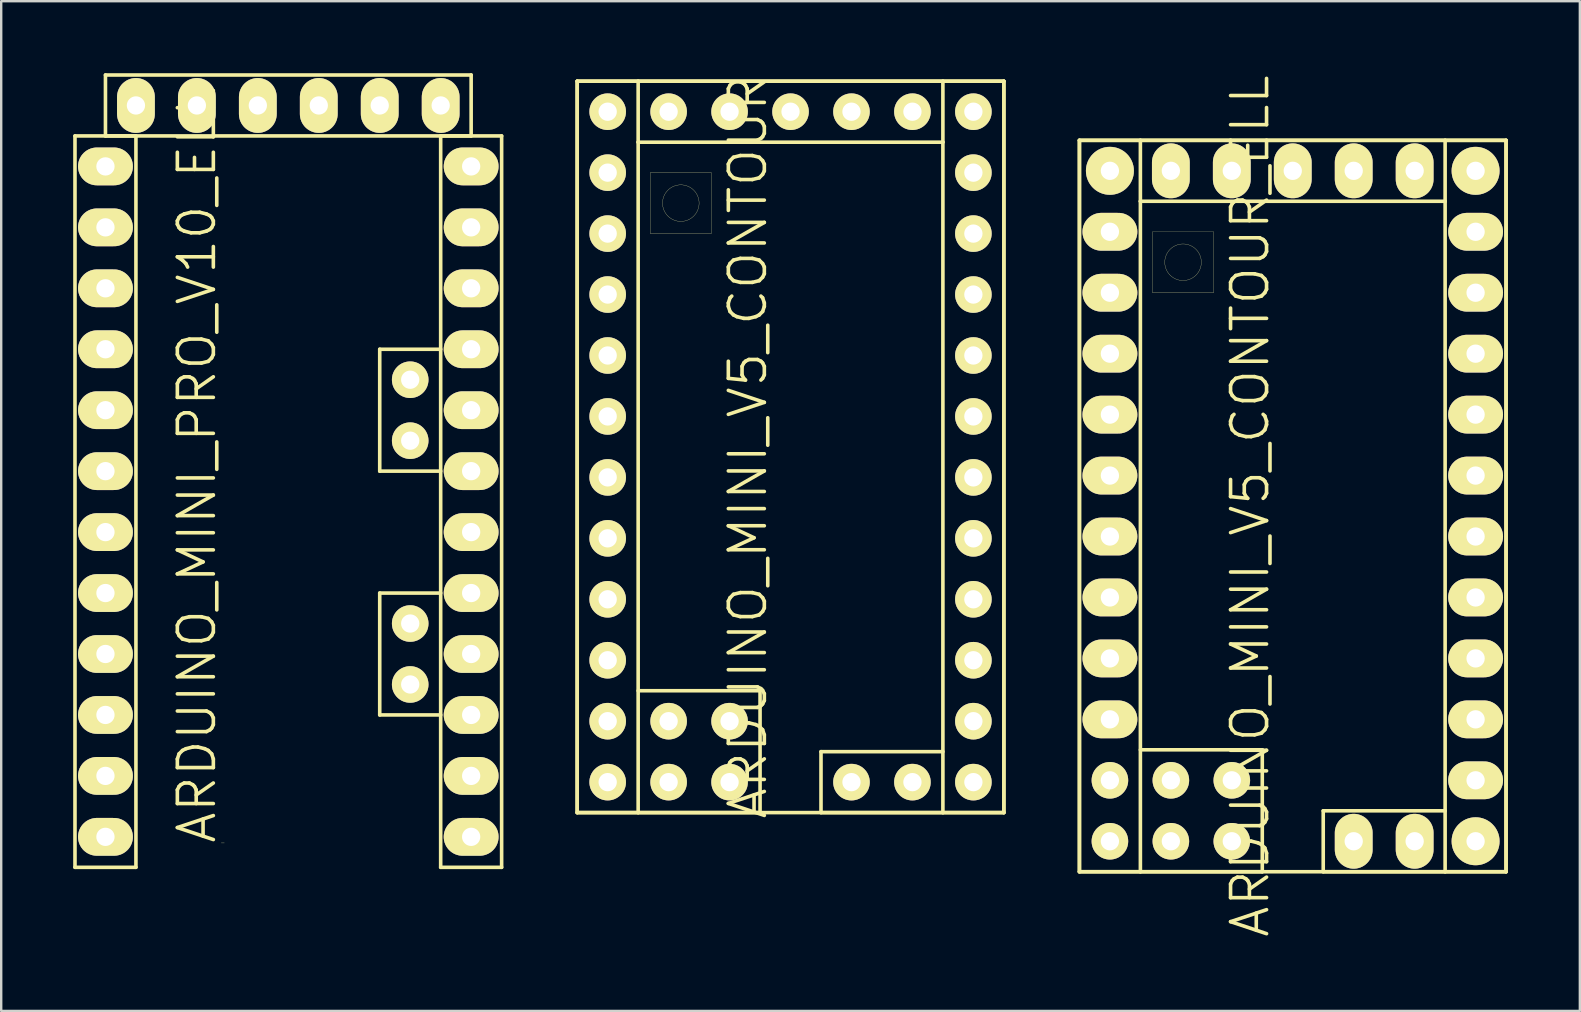
<source format=kicad_pcb>
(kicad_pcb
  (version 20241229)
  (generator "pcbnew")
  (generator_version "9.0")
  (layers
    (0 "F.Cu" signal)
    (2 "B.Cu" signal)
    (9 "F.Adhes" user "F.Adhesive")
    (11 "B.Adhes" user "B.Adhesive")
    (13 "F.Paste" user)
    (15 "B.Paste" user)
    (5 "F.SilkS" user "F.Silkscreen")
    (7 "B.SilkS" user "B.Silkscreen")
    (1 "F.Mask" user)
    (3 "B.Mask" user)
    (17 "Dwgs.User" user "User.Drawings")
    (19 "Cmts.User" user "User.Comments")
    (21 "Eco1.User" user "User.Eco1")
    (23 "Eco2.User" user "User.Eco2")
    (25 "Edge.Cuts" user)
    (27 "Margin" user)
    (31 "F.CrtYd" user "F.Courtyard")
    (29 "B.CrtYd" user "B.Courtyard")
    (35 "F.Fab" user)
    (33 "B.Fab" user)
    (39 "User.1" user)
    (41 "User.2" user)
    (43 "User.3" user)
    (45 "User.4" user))
  (footprint "ARDUINO_MINI_V5_CONTOUR_ELL"
    (layer "F.Cu")
    (at 50.825 18.039)
    (property "Reference" "ARDUINO_MINI_V5_CONTOUR_ELL" (at -1.778 0 90) (layer "F.SilkS") (effects (font (size 1.5 1.5) (thickness 0.15))))
    (attr through_hole)
    (fp_line (start -8.89 -15.24) (end -8.89 15.24) (stroke (width 0.15) (type solid)) (layer "F.SilkS"))
    (fp_line (start -8.89 -15.24) (end -6.35 -15.24) (stroke (width 0.15) (type solid)) (layer "F.SilkS"))
    (fp_line (start -8.89 15.24) (end -8.89 -15.24) (stroke (width 0.15) (type solid)) (layer "F.SilkS"))
    (fp_line (start -8.89 15.24) (end 8.89 15.24) (stroke (width 0.15) (type solid)) (layer "F.SilkS"))
    (fp_line (start -6.35 -15.24) (end -6.35 -12.7) (stroke (width 0.15) (type solid)) (layer "F.SilkS"))
    (fp_line (start -6.35 -15.24) (end 6.35 -15.24) (stroke (width 0.15) (type solid)) (layer "F.SilkS"))
    (fp_line (start -6.35 -12.7) (end -6.35 15.24) (stroke (width 0.15) (type solid)) (layer "F.SilkS"))
    (fp_line (start -6.35 10.16) (end -1.27 10.16) (stroke (width 0.15) (type solid)) (layer "F.SilkS"))
    (fp_line (start -6.35 15.24) (end -8.89 15.24) (stroke (width 0.15) (type solid)) (layer "F.SilkS"))
    (fp_line (start -5.842 -11.43) (end -3.302 -11.43) (stroke (width 0.01) (type solid)) (layer "F.SilkS"))
    (fp_line (start -5.842 -8.89) (end -5.842 -11.43) (stroke (width 0.01) (type solid)) (layer "F.SilkS"))
    (fp_line (start -3.302 -11.43) (end -3.302 -8.89) (stroke (width 0.01) (type solid)) (layer "F.SilkS"))
    (fp_line (start -3.302 -8.89) (end -5.842 -8.89) (stroke (width 0.01) (type solid)) (layer "F.SilkS"))
    (fp_line (start -1.27 10.16) (end -1.27 15.24) (stroke (width 0.15) (type solid)) (layer "F.SilkS"))
    (fp_line (start -1.27 15.24) (end -6.35 15.24) (stroke (width 0.15) (type solid)) (layer "F.SilkS"))
    (fp_line (start 1.27 12.7) (end 1.27 15.24) (stroke (width 0.15) (type solid)) (layer "F.SilkS"))
    (fp_line (start 1.27 15.24) (end 6.35 15.24) (stroke (width 0.15) (type solid)) (layer "F.SilkS"))
    (fp_line (start 6.35 -15.24) (end 6.35 -12.7) (stroke (width 0.15) (type solid)) (layer "F.SilkS"))
    (fp_line (start 6.35 -15.24) (end 8.89 -15.24) (stroke (width 0.15) (type solid)) (layer "F.SilkS"))
    (fp_line (start 6.35 -12.7) (end -6.35 -12.7) (stroke (width 0.15) (type solid)) (layer "F.SilkS"))
    (fp_line (start 6.35 12.7) (end 1.27 12.7) (stroke (width 0.15) (type solid)) (layer "F.SilkS"))
    (fp_line (start 6.35 15.24) (end 6.35 -12.7) (stroke (width 0.15) (type solid)) (layer "F.SilkS"))
    (fp_line (start 8.89 -15.24) (end -8.89 -15.24) (stroke (width 0.15) (type solid)) (layer "F.SilkS"))
    (fp_line (start 8.89 -15.24) (end 8.89 15.24) (stroke (width 0.15) (type solid)) (layer "F.SilkS"))
    (fp_line (start 8.89 15.24) (end 6.35 15.24) (stroke (width 0.15) (type solid)) (layer "F.SilkS"))
    (fp_line (start 8.89 15.24) (end 8.89 -15.24) (stroke (width 0.15) (type solid)) (layer "F.SilkS"))
    (fp_circle (center -4.572 -10.16) (end -3.81 -10.16) (stroke (width 0.01) (type solid)) (fill no) (layer "F.SilkS"))
    (pad "2" thru_hole oval (at -7.62 -3.81) (size 2.286 1.575) (drill 0.762) (layers "*.Cu" "*.Mask" "F.SilkS"))
    (pad "3" thru_hole oval (at -7.62 -1.27) (size 2.286 1.575) (drill 0.762) (layers "*.Cu" "*.Mask" "F.SilkS"))
    (pad "4" thru_hole oval (at -7.62 1.27) (size 2.286 1.575) (drill 0.762) (layers "*.Cu" "*.Mask" "F.SilkS"))
    (pad "5" thru_hole oval (at -7.62 3.81) (size 2.286 1.575) (drill 0.762) (layers "*.Cu" "*.Mask" "F.SilkS"))
    (pad "5V/1" thru_hole oval (at 2.54 -13.97) (size 1.575 2.286) (drill 0.762) (layers "*.Cu" "*.Mask" "F.SilkS"))
    (pad "5V/2" thru_hole oval (at 2.54 13.97) (size 1.575 2.286) (drill 0.762) (layers "*.Cu" "*.Mask" "F.SilkS"))
    (pad "5V/3" thru_hole oval (at 7.62 -6.35) (size 2.286 1.575) (drill 0.762) (layers "*.Cu" "*.Mask" "F.SilkS"))
    (pad "6" thru_hole oval (at -7.62 6.35) (size 2.286 1.575) (drill 0.762) (layers "*.Cu" "*.Mask" "F.SilkS"))
    (pad "7" thru_hole oval (at -7.62 8.89) (size 2.286 1.575) (drill 0.762) (layers "*.Cu" "*.Mask" "F.SilkS"))
    (pad "8" thru_hole circle (at -7.62 11.43) (size 1.524 1.524) (drill 0.762) (layers "*.Cu" "*.Mask" "F.SilkS"))
    (pad "9" thru_hole circle (at -7.62 13.97) (size 1.524 1.524) (drill 0.762) (layers "*.Cu" "*.Mask" "F.SilkS"))
    (pad "9V" thru_hole circle (at 7.62 -13.97) (size 1.999 1.999) (drill 0.762) (layers "*.Cu" "*.Mask" "F.SilkS"))
    (pad "10" thru_hole circle (at 7.62 13.97) (size 1.999 1.999) (drill 0.762) (layers "*.Cu" "*.Mask" "F.SilkS"))
    (pad "11" thru_hole oval (at 7.62 11.43) (size 2.286 1.575) (drill 0.762) (layers "*.Cu" "*.Mask" "F.SilkS"))
    (pad "12" thru_hole oval (at 7.62 8.89) (size 2.286 1.575) (drill 0.762) (layers "*.Cu" "*.Mask" "F.SilkS"))
    (pad "13" thru_hole oval (at 7.62 6.35) (size 2.286 1.575) (drill 0.762) (layers "*.Cu" "*.Mask" "F.SilkS"))
    (pad "A0" thru_hole oval (at 7.62 3.81) (size 2.286 1.575) (drill 0.762) (layers "*.Cu" "*.Mask" "F.SilkS"))
    (pad "A1" thru_hole oval (at 7.62 1.27) (size 2.286 1.575) (drill 0.762) (layers "*.Cu" "*.Mask" "F.SilkS"))
    (pad "A2" thru_hole oval (at 7.62 -1.27) (size 2.286 1.575) (drill 0.762) (layers "*.Cu" "*.Mask" "F.SilkS"))
    (pad "A3" thru_hole oval (at 7.62 -3.81) (size 2.286 1.575) (drill 0.762) (layers "*.Cu" "*.Mask" "F.SilkS"))
    (pad "A4" thru_hole circle (at -5.08 13.97) (size 1.524 1.524) (drill 0.762) (layers "*.Cu" "*.Mask" "F.SilkS"))
    (pad "A5" thru_hole circle (at -2.54 13.97) (size 1.524 1.524) (drill 0.762) (layers "*.Cu" "*.Mask" "F.SilkS"))
    (pad "A6" thru_hole circle (at -5.08 11.43) (size 1.524 1.524) (drill 0.762) (layers "*.Cu" "*.Mask" "F.SilkS"))
    (pad "A7" thru_hole circle (at -2.54 11.43) (size 1.524 1.524) (drill 0.762) (layers "*.Cu" "*.Mask" "F.SilkS"))
    (pad "GND1" thru_hole oval (at 5.08 -13.97) (size 1.575 2.286) (drill 0.762) (layers "*.Cu" "*.Mask" "F.SilkS"))
    (pad "GND2" thru_hole oval (at -7.62 -6.35) (size 2.286 1.575) (drill 0.762) (layers "*.Cu" "*.Mask" "F.SilkS"))
    (pad "GND3" thru_hole oval (at 5.08 13.97) (size 1.575 2.286) (drill 0.762) (layers "*.Cu" "*.Mask" "F.SilkS"))
    (pad "GND4" thru_hole oval (at 7.62 -11.43) (size 2.286 1.575) (drill 0.762) (layers "*.Cu" "*.Mask" "F.SilkS"))
    (pad "IO7" thru_hole oval (at -5.08 -13.97) (size 1.575 2.286) (drill 0.762) (layers "*.Cu" "*.Mask" "F.SilkS"))
    (pad "RST1" thru_hole oval (at -7.62 -8.89) (size 2.286 1.575) (drill 0.762) (layers "*.Cu" "*.Mask" "F.SilkS"))
    (pad "RST2" thru_hole oval (at 7.62 -8.89) (size 2.286 1.575) (drill 0.762) (layers "*.Cu" "*.Mask" "F.SilkS"))
    (pad "RX/1" thru_hole oval (at 0 -13.97) (size 1.575 2.286) (drill 0.762) (layers "*.Cu" "*.Mask" "F.SilkS"))
    (pad "RX/2" thru_hole oval (at -7.62 -11.43) (size 2.286 1.575) (drill 0.762) (layers "*.Cu" "*.Mask" "F.SilkS"))
    (pad "TX/1" thru_hole oval (at -2.54 -13.97) (size 1.575 2.286) (drill 0.762) (layers "*.Cu" "*.Mask" "F.SilkS"))
    (pad "TX/2" thru_hole circle (at -7.62 -13.97) (size 1.999 1.999) (drill 0.762) (layers "*.Cu" "*.Mask" "F.SilkS")))
  (footprint "ARDUINO_MINI_PRO_V10_ELL"
    (layer "F.Cu")
    (at 8.965 16.585)
    (property "Reference" "ARDUINO_MINI_PRO_V10_ELL" (at -3.81 -0.254 90) (layer "F.SilkS") (effects (font (size 1.5 1.5) (thickness 0.15))))
    (attr through_hole)
    (fp_line (start -8.89 -13.97) (end -6.35 -13.97) (stroke (width 0.15) (type solid)) (layer "F.SilkS"))
    (fp_line (start -8.89 16.51) (end -8.89 -13.97) (stroke (width 0.15) (type solid)) (layer "F.SilkS"))
    (fp_line (start -7.62 -16.51) (end 7.62 -16.51) (stroke (width 0.15) (type solid)) (layer "F.SilkS"))
    (fp_line (start -7.62 -13.97) (end -7.62 -16.51) (stroke (width 0.15) (type solid)) (layer "F.SilkS"))
    (fp_line (start -6.35 -13.97) (end -6.35 16.51) (stroke (width 0.15) (type solid)) (layer "F.SilkS"))
    (fp_line (start -6.35 16.51) (end -8.89 16.51) (stroke (width 0.15) (type solid)) (layer "F.SilkS"))
    (fp_line (start -2.667 15.494) (end -2.794 15.494) (stroke (width 0.01) (type solid)) (layer "F.SilkS"))
    (fp_line (start 3.81 -5.08) (end 3.81 0) (stroke (width 0.15) (type solid)) (layer "F.SilkS"))
    (fp_line (start 3.81 0) (end 6.35 0) (stroke (width 0.15) (type solid)) (layer "F.SilkS"))
    (fp_line (start 3.81 5.08) (end 3.81 10.16) (stroke (width 0.15) (type solid)) (layer "F.SilkS"))
    (fp_line (start 3.81 10.16) (end 6.35 10.16) (stroke (width 0.15) (type solid)) (layer "F.SilkS"))
    (fp_line (start 6.35 -13.97) (end 6.35 16.51) (stroke (width 0.15) (type solid)) (layer "F.SilkS"))
    (fp_line (start 6.35 -5.08) (end 3.81 -5.08) (stroke (width 0.15) (type solid)) (layer "F.SilkS"))
    (fp_line (start 6.35 5.08) (end 3.81 5.08) (stroke (width 0.15) (type solid)) (layer "F.SilkS"))
    (fp_line (start 6.35 16.51) (end 8.89 16.51) (stroke (width 0.15) (type solid)) (layer "F.SilkS"))
    (fp_line (start 7.62 -16.51) (end 7.62 -13.97) (stroke (width 0.15) (type solid)) (layer "F.SilkS"))
    (fp_line (start 7.62 -13.97) (end -7.62 -13.97) (stroke (width 0.15) (type solid)) (layer "F.SilkS"))
    (fp_line (start 8.89 -13.97) (end 6.35 -13.97) (stroke (width 0.15) (type solid)) (layer "F.SilkS"))
    (fp_line (start 8.89 16.51) (end 8.89 -13.97) (stroke (width 0.15) (type solid)) (layer "F.SilkS"))
    (pad "2" thru_hole oval (at -7.62 -2.54) (size 2.286 1.575) (drill 0.762) (layers "*.Cu" "*.Mask" "F.SilkS"))
    (pad "3" thru_hole oval (at -7.62 0) (size 2.286 1.575) (drill 0.762) (layers "*.Cu" "*.Mask" "F.SilkS"))
    (pad "4" thru_hole oval (at -7.62 2.54) (size 2.286 1.575) (drill 0.762) (layers "*.Cu" "*.Mask" "F.SilkS"))
    (pad "5" thru_hole oval (at -7.62 5.08) (size 2.286 1.575) (drill 0.762) (layers "*.Cu" "*.Mask" "F.SilkS"))
    (pad "6" thru_hole oval (at -7.62 7.62) (size 2.286 1.575) (drill 0.762) (layers "*.Cu" "*.Mask" "F.SilkS"))
    (pad "7" thru_hole oval (at -7.62 10.16) (size 2.286 1.575) (drill 0.762) (layers "*.Cu" "*.Mask" "F.SilkS"))
    (pad "8" thru_hole oval (at -7.62 12.7) (size 2.286 1.575) (drill 0.762) (layers "*.Cu" "*.Mask" "F.SilkS"))
    (pad "9" thru_hole oval (at -7.62 15.24) (size 2.286 1.575) (drill 0.762) (layers "*.Cu" "*.Mask" "F.SilkS"))
    (pad "10" thru_hole oval (at 7.62 15.24) (size 2.286 1.575) (drill 0.762) (layers "*.Cu" "*.Mask" "F.SilkS"))
    (pad "11" thru_hole oval (at 7.62 12.7) (size 2.286 1.575) (drill 0.762) (layers "*.Cu" "*.Mask" "F.SilkS"))
    (pad "12" thru_hole oval (at 7.62 10.16) (size 2.286 1.575) (drill 0.762) (layers "*.Cu" "*.Mask" "F.SilkS"))
    (pad "13" thru_hole oval (at 7.62 7.62) (size 2.286 1.575) (drill 0.762) (layers "*.Cu" "*.Mask" "F.SilkS"))
    (pad "A0" thru_hole oval (at 7.62 5.08) (size 2.286 1.575) (drill 0.762) (layers "*.Cu" "*.Mask" "F.SilkS"))
    (pad "A1" thru_hole oval (at 7.62 2.54) (size 2.286 1.575) (drill 0.762) (layers "*.Cu" "*.Mask" "F.SilkS"))
    (pad "A2" thru_hole oval (at 7.62 0) (size 2.286 1.575) (drill 0.762) (layers "*.Cu" "*.Mask" "F.SilkS"))
    (pad "A3" thru_hole oval (at 7.62 -2.54) (size 2.286 1.575) (drill 0.762) (layers "*.Cu" "*.Mask" "F.SilkS"))
    (pad "A4" thru_hole circle (at 5.08 -1.27) (size 1.524 1.524) (drill 0.762) (layers "*.Cu" "*.Mask" "F.SilkS"))
    (pad "A5" thru_hole circle (at 5.08 -3.81) (size 1.524 1.524) (drill 0.762) (layers "*.Cu" "*.Mask" "F.SilkS"))
    (pad "A6" thru_hole circle (at 5.08 8.89) (size 1.524 1.524) (drill 0.762) (layers "*.Cu" "*.Mask" "F.SilkS"))
    (pad "A7" thru_hole circle (at 5.08 6.35) (size 1.524 1.524) (drill 0.762) (layers "*.Cu" "*.Mask" "F.SilkS"))
    (pad "BLK" thru_hole oval (at 6.35 -15.24) (size 1.575 2.286) (drill 0.762) (layers "*.Cu" "*.Mask" "F.SilkS"))
    (pad "GND1" thru_hole oval (at 3.81 -15.24) (size 1.575 2.286) (drill 0.762) (layers "*.Cu" "*.Mask" "F.SilkS"))
    (pad "GND2" thru_hole oval (at -7.62 -5.08) (size 2.286 1.575) (drill 0.762) (layers "*.Cu" "*.Mask" "F.SilkS"))
    (pad "GND3" thru_hole oval (at 7.62 -10.16) (size 2.286 1.575) (drill 0.762) (layers "*.Cu" "*.Mask" "F.SilkS"))
    (pad "GRN" thru_hole oval (at -6.35 -15.24) (size 1.575 2.286) (drill 0.762) (layers "*.Cu" "*.Mask" "F.SilkS"))
    (pad "RAW" thru_hole oval (at 7.62 -12.7) (size 2.286 1.575) (drill 0.762) (layers "*.Cu" "*.Mask" "F.SilkS"))
    (pad "RST1" thru_hole oval (at -7.62 -7.62) (size 2.286 1.575) (drill 0.762) (layers "*.Cu" "*.Mask" "F.SilkS"))
    (pad "RST2" thru_hole oval (at 7.62 -7.62) (size 2.286 1.575) (drill 0.762) (layers "*.Cu" "*.Mask" "F.SilkS"))
    (pad "RX/1" thru_hole oval (at -1.27 -15.24) (size 1.575 2.286) (drill 0.762) (layers "*.Cu" "*.Mask" "F.SilkS"))
    (pad "RX/2" thru_hole oval (at -7.62 -10.16) (size 2.286 1.575) (drill 0.762) (layers "*.Cu" "*.Mask" "F.SilkS"))
    (pad "TX/1" thru_hole oval (at -3.81 -15.24) (size 1.575 2.286) (drill 0.762) (layers "*.Cu" "*.Mask" "F.SilkS"))
    (pad "TX/2" thru_hole oval (at -7.62 -12.7) (size 2.286 1.575) (drill 0.762) (layers "*.Cu" "*.Mask" "F.SilkS"))
    (pad "VCC1" thru_hole oval (at 1.27 -15.24) (size 1.575 2.286) (drill 0.762) (layers "*.Cu" "*.Mask" "F.SilkS"))
    (pad "VCC2" thru_hole oval (at 7.62 -5.08) (size 2.286 1.575) (drill 0.762) (layers "*.Cu" "*.Mask" "F.SilkS")))
  (footprint "ARDUINO_MINI_V5_CONTOUR"
    (layer "F.Cu")
    (at 29.895 15.575)
    (property "Reference" "ARDUINO_MINI_V5_CONTOUR" (at -1.778 0 90) (layer "F.SilkS") (effects (font (size 1.5 1.5) (thickness 0.15))))
    (attr through_hole)
    (fp_line (start -8.89 -15.24) (end -8.89 15.24) (stroke (width 0.15) (type solid)) (layer "F.SilkS"))
    (fp_line (start -8.89 -15.24) (end -6.35 -15.24) (stroke (width 0.15) (type solid)) (layer "F.SilkS"))
    (fp_line (start -8.89 15.24) (end -8.89 -15.24) (stroke (width 0.15) (type solid)) (layer "F.SilkS"))
    (fp_line (start -8.89 15.24) (end 8.89 15.24) (stroke (width 0.15) (type solid)) (layer "F.SilkS"))
    (fp_line (start -6.35 -15.24) (end -6.35 -12.7) (stroke (width 0.15) (type solid)) (layer "F.SilkS"))
    (fp_line (start -6.35 -15.24) (end 6.35 -15.24) (stroke (width 0.15) (type solid)) (layer "F.SilkS"))
    (fp_line (start -6.35 -12.7) (end -6.35 15.24) (stroke (width 0.15) (type solid)) (layer "F.SilkS"))
    (fp_line (start -6.35 10.16) (end -1.27 10.16) (stroke (width 0.15) (type solid)) (layer "F.SilkS"))
    (fp_line (start -6.35 15.24) (end -8.89 15.24) (stroke (width 0.15) (type solid)) (layer "F.SilkS"))
    (fp_line (start -5.842 -11.43) (end -3.302 -11.43) (stroke (width 0.01) (type solid)) (layer "F.SilkS"))
    (fp_line (start -5.842 -8.89) (end -5.842 -11.43) (stroke (width 0.01) (type solid)) (layer "F.SilkS"))
    (fp_line (start -3.302 -11.43) (end -3.302 -8.89) (stroke (width 0.01) (type solid)) (layer "F.SilkS"))
    (fp_line (start -3.302 -8.89) (end -5.842 -8.89) (stroke (width 0.01) (type solid)) (layer "F.SilkS"))
    (fp_line (start -1.27 10.16) (end -1.27 15.24) (stroke (width 0.15) (type solid)) (layer "F.SilkS"))
    (fp_line (start -1.27 15.24) (end -6.35 15.24) (stroke (width 0.15) (type solid)) (layer "F.SilkS"))
    (fp_line (start 1.27 12.7) (end 1.27 15.24) (stroke (width 0.15) (type solid)) (layer "F.SilkS"))
    (fp_line (start 1.27 15.24) (end 6.35 15.24) (stroke (width 0.15) (type solid)) (layer "F.SilkS"))
    (fp_line (start 6.35 -15.24) (end 6.35 -12.7) (stroke (width 0.15) (type solid)) (layer "F.SilkS"))
    (fp_line (start 6.35 -15.24) (end 8.89 -15.24) (stroke (width 0.15) (type solid)) (layer "F.SilkS"))
    (fp_line (start 6.35 -12.7) (end -6.35 -12.7) (stroke (width 0.15) (type solid)) (layer "F.SilkS"))
    (fp_line (start 6.35 12.7) (end 1.27 12.7) (stroke (width 0.15) (type solid)) (layer "F.SilkS"))
    (fp_line (start 6.35 15.24) (end 6.35 -12.7) (stroke (width 0.15) (type solid)) (layer "F.SilkS"))
    (fp_line (start 8.89 -15.24) (end -8.89 -15.24) (stroke (width 0.15) (type solid)) (layer "F.SilkS"))
    (fp_line (start 8.89 -15.24) (end 8.89 15.24) (stroke (width 0.15) (type solid)) (layer "F.SilkS"))
    (fp_line (start 8.89 15.24) (end 6.35 15.24) (stroke (width 0.15) (type solid)) (layer "F.SilkS"))
    (fp_line (start 8.89 15.24) (end 8.89 -15.24) (stroke (width 0.15) (type solid)) (layer "F.SilkS"))
    (fp_circle (center -4.572 -10.16) (end -3.81 -10.16) (stroke (width 0.01) (type solid)) (fill no) (layer "F.SilkS"))
    (pad "2" thru_hole circle (at -7.62 -3.81) (size 1.524 1.524) (drill 0.762) (layers "*.Cu" "*.Mask" "F.SilkS"))
    (pad "3" thru_hole circle (at -7.62 -1.27) (size 1.524 1.524) (drill 0.762) (layers "*.Cu" "*.Mask" "F.SilkS"))
    (pad "4" thru_hole circle (at -7.62 1.27) (size 1.524 1.524) (drill 0.762) (layers "*.Cu" "*.Mask" "F.SilkS"))
    (pad "5" thru_hole circle (at -7.62 3.81) (size 1.524 1.524) (drill 0.762) (layers "*.Cu" "*.Mask" "F.SilkS"))
    (pad "5V/1" thru_hole circle (at 2.54 -13.97) (size 1.524 1.524) (drill 0.762) (layers "*.Cu" "*.Mask" "F.SilkS"))
    (pad "5V/2" thru_hole circle (at 2.54 13.97) (size 1.524 1.524) (drill 0.762) (layers "*.Cu" "*.Mask" "F.SilkS"))
    (pad "5V/3" thru_hole circle (at 7.62 -6.35) (size 1.524 1.524) (drill 0.762) (layers "*.Cu" "*.Mask" "F.SilkS"))
    (pad "6" thru_hole circle (at -7.62 6.35) (size 1.524 1.524) (drill 0.762) (layers "*.Cu" "*.Mask" "F.SilkS"))
    (pad "7" thru_hole circle (at -7.62 8.89) (size 1.524 1.524) (drill 0.762) (layers "*.Cu" "*.Mask" "F.SilkS"))
    (pad "8" thru_hole circle (at -7.62 11.43) (size 1.524 1.524) (drill 0.762) (layers "*.Cu" "*.Mask" "F.SilkS"))
    (pad "9" thru_hole circle (at -7.62 13.97) (size 1.524 1.524) (drill 0.762) (layers "*.Cu" "*.Mask" "F.SilkS"))
    (pad "9V" thru_hole circle (at 7.62 -13.97) (size 1.524 1.524) (drill 0.762) (layers "*.Cu" "*.Mask" "F.SilkS"))
    (pad "10" thru_hole circle (at 7.62 13.97) (size 1.524 1.524) (drill 0.762) (layers "*.Cu" "*.Mask" "F.SilkS"))
    (pad "11" thru_hole circle (at 7.62 11.43) (size 1.524 1.524) (drill 0.762) (layers "*.Cu" "*.Mask" "F.SilkS"))
    (pad "12" thru_hole circle (at 7.62 8.89) (size 1.524 1.524) (drill 0.762) (layers "*.Cu" "*.Mask" "F.SilkS"))
    (pad "13" thru_hole circle (at 7.62 6.35) (size 1.524 1.524) (drill 0.762) (layers "*.Cu" "*.Mask" "F.SilkS"))
    (pad "A0" thru_hole circle (at 7.62 3.81) (size 1.524 1.524) (drill 0.762) (layers "*.Cu" "*.Mask" "F.SilkS"))
    (pad "A1" thru_hole circle (at 7.62 1.27) (size 1.524 1.524) (drill 0.762) (layers "*.Cu" "*.Mask" "F.SilkS"))
    (pad "A2" thru_hole circle (at 7.62 -1.27) (size 1.524 1.524) (drill 0.762) (layers "*.Cu" "*.Mask" "F.SilkS"))
    (pad "A3" thru_hole circle (at 7.62 -3.81) (size 1.524 1.524) (drill 0.762) (layers "*.Cu" "*.Mask" "F.SilkS"))
    (pad "A4" thru_hole circle (at -5.08 13.97) (size 1.524 1.524) (drill 0.762) (layers "*.Cu" "*.Mask" "F.SilkS"))
    (pad "A5" thru_hole circle (at -2.54 13.97) (size 1.524 1.524) (drill 0.762) (layers "*.Cu" "*.Mask" "F.SilkS"))
    (pad "A6" thru_hole circle (at -5.08 11.43) (size 1.524 1.524) (drill 0.762) (layers "*.Cu" "*.Mask" "F.SilkS"))
    (pad "A7" thru_hole circle (at -2.54 11.43) (size 1.524 1.524) (drill 0.762) (layers "*.Cu" "*.Mask" "F.SilkS"))
    (pad "GND1" thru_hole circle (at 5.08 -13.97) (size 1.524 1.524) (drill 0.762) (layers "*.Cu" "*.Mask" "F.SilkS"))
    (pad "GND2" thru_hole circle (at -7.62 -6.35) (size 1.524 1.524) (drill 0.762) (layers "*.Cu" "*.Mask" "F.SilkS"))
    (pad "GND3" thru_hole circle (at 5.08 13.97) (size 1.524 1.524) (drill 0.762) (layers "*.Cu" "*.Mask" "F.SilkS"))
    (pad "GND4" thru_hole circle (at 7.62 -11.43) (size 1.524 1.524) (drill 0.762) (layers "*.Cu" "*.Mask" "F.SilkS"))
    (pad "IO7" thru_hole circle (at -5.08 -13.97) (size 1.524 1.524) (drill 0.762) (layers "*.Cu" "*.Mask" "F.SilkS"))
    (pad "RST1" thru_hole circle (at -7.62 -8.89) (size 1.524 1.524) (drill 0.762) (layers "*.Cu" "*.Mask" "F.SilkS"))
    (pad "RST2" thru_hole circle (at 7.62 -8.89) (size 1.524 1.524) (drill 0.762) (layers "*.Cu" "*.Mask" "F.SilkS"))
    (pad "RX/1" thru_hole circle (at 0 -13.97) (size 1.524 1.524) (drill 0.762) (layers "*.Cu" "*.Mask" "F.SilkS"))
    (pad "RX/2" thru_hole circle (at -7.62 -11.43) (size 1.524 1.524) (drill 0.762) (layers "*.Cu" "*.Mask" "F.SilkS"))
    (pad "TX/1" thru_hole circle (at -2.54 -13.97) (size 1.524 1.524) (drill 0.762) (layers "*.Cu" "*.Mask" "F.SilkS"))
    (pad "TX/2" thru_hole circle (at -7.62 -13.97) (size 1.524 1.524) (drill 0.762) (layers "*.Cu" "*.Mask" "F.SilkS")))
  (gr_rect
    (start -3 -3)
    (end 62.79 39.079)
    (stroke (width 0.1) (type default))
    (fill no)
    (layer "Edge.Cuts")))
</source>
